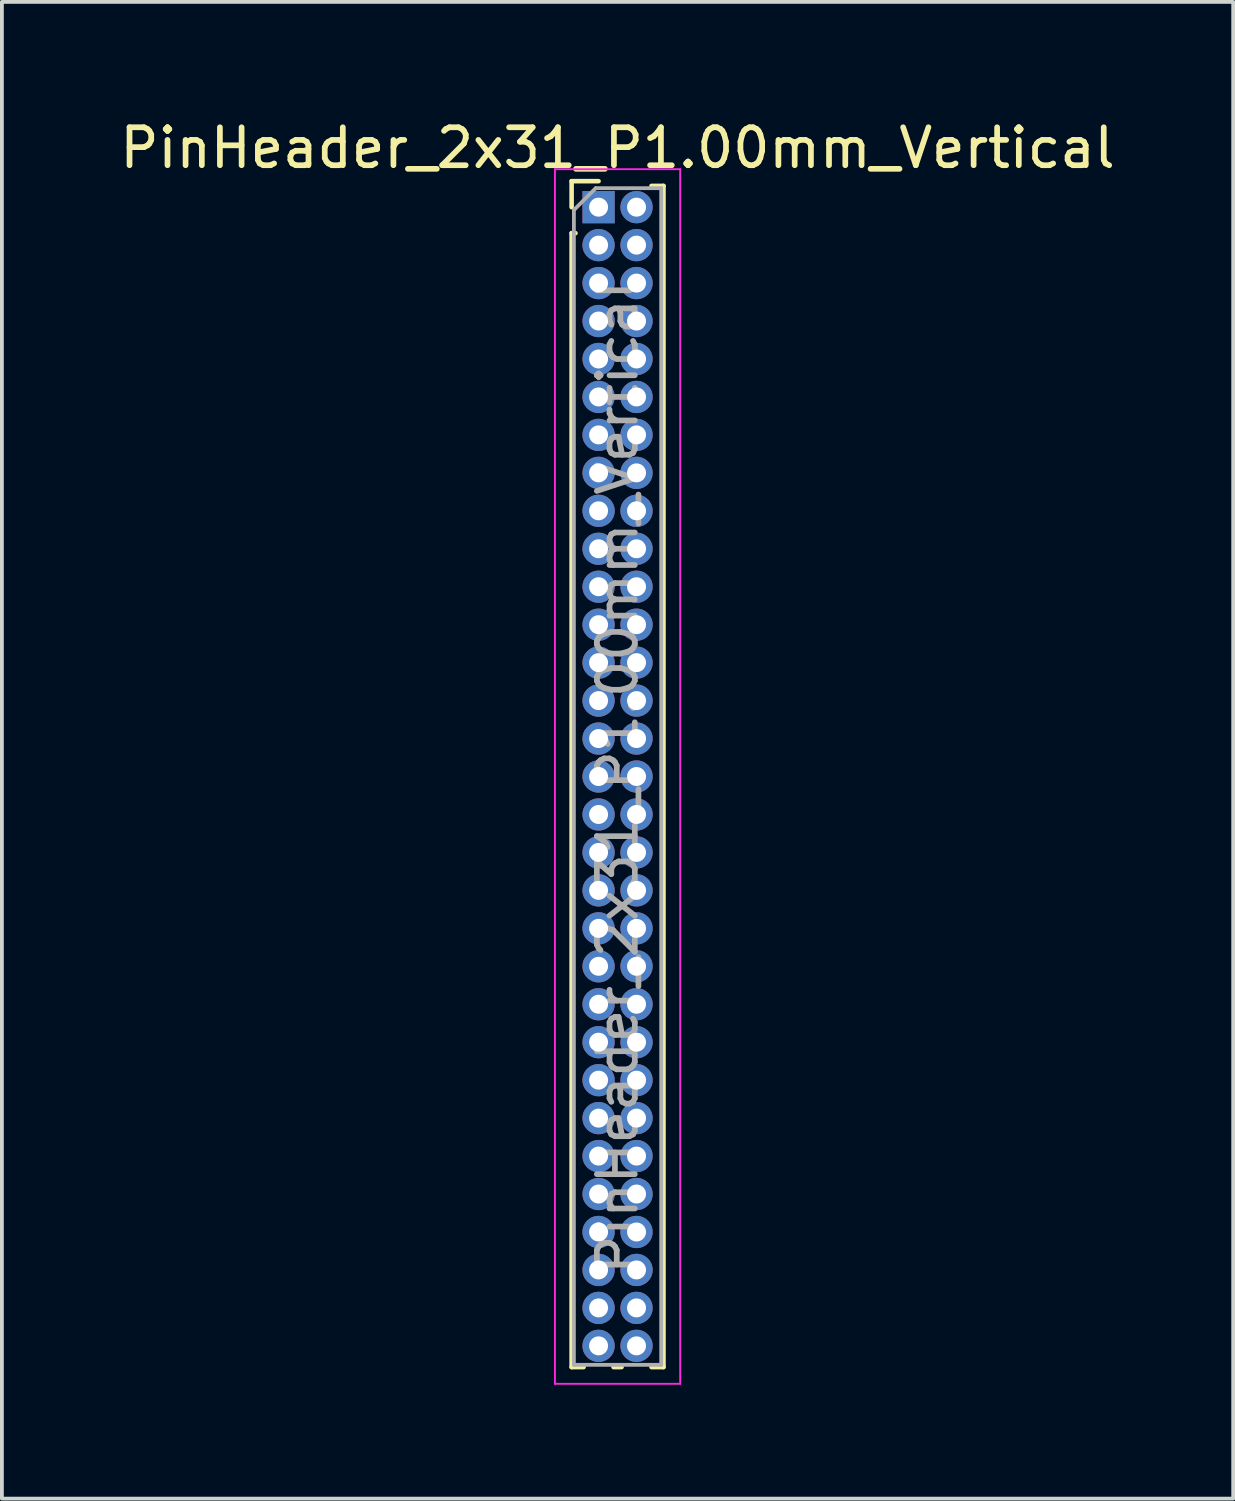
<source format=kicad_pcb>
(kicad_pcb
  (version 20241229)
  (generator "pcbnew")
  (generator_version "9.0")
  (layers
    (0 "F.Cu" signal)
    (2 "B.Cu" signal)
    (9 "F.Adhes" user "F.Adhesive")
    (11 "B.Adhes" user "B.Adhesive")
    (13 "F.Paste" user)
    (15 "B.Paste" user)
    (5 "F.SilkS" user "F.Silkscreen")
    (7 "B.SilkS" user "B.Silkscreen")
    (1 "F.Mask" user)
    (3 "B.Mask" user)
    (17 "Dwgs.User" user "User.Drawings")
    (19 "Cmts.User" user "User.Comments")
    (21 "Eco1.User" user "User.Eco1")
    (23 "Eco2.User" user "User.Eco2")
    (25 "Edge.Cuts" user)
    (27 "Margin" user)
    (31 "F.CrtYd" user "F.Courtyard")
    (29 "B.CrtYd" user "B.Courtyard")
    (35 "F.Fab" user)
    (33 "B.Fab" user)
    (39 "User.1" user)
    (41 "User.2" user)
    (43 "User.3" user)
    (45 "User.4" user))
  (footprint "PinHeader_2x31_P1.00mm_Vertical"
    (layer "F.Cu")
    (at 12.72 2.408)
    (property "Reference" "PinHeader_2x31_P1.00mm_Vertical" (at 0.5 -1.56 0) (layer "F.SilkS") (effects (font (size 1 1) (thickness 0.15))))
    (attr through_hole)
    (fp_line (start -0.71 -0.685) (end 0 -0.685) (stroke (width 0.12) (type solid)) (layer "F.SilkS"))
    (fp_line (start -0.71 0) (end -0.71 -0.685) (stroke (width 0.12) (type solid)) (layer "F.SilkS"))
    (fp_line (start -0.71 0.685) (end -0.71 30.56) (stroke (width 0.12) (type solid)) (layer "F.SilkS"))
    (fp_line (start -0.71 0.685) (end -0.608 0.685) (stroke (width 0.12) (type solid)) (layer "F.SilkS"))
    (fp_line (start -0.71 30.56) (end -0.394 30.56) (stroke (width 0.12) (type solid)) (layer "F.SilkS"))
    (fp_line (start 0.394 30.56) (end 0.606 30.56) (stroke (width 0.12) (type solid)) (layer "F.SilkS"))
    (fp_line (start 1.394 -0.56) (end 1.71 -0.56) (stroke (width 0.12) (type solid)) (layer "F.SilkS"))
    (fp_line (start 1.394 30.56) (end 1.71 30.56) (stroke (width 0.12) (type solid)) (layer "F.SilkS"))
    (fp_line (start 1.71 -0.56) (end 1.71 30.56) (stroke (width 0.12) (type solid)) (layer "F.SilkS"))
    (fp_line (start -1.15 -1) (end -1.15 31) (stroke (width 0.05) (type solid)) (layer "F.CrtYd"))
    (fp_line (start -1.15 31) (end 2.15 31) (stroke (width 0.05) (type solid)) (layer "F.CrtYd"))
    (fp_line (start 2.15 -1) (end -1.15 -1) (stroke (width 0.05) (type solid)) (layer "F.CrtYd"))
    (fp_line (start 2.15 31) (end 2.15 -1) (stroke (width 0.05) (type solid)) (layer "F.CrtYd"))
    (fp_line (start -0.65 0.075) (end -0.075 -0.5) (stroke (width 0.1) (type solid)) (layer "F.Fab"))
    (fp_line (start -0.65 30.5) (end -0.65 0.075) (stroke (width 0.1) (type solid)) (layer "F.Fab"))
    (fp_line (start -0.075 -0.5) (end 1.65 -0.5) (stroke (width 0.1) (type solid)) (layer "F.Fab"))
    (fp_line (start 1.65 -0.5) (end 1.65 30.5) (stroke (width 0.1) (type solid)) (layer "F.Fab"))
    (fp_line (start 1.65 30.5) (end -0.65 30.5) (stroke (width 0.1) (type solid)) (layer "F.Fab"))
    (fp_text user "${REFERENCE}" (at 0.5 15 90) (layer "F.Fab") (effects (font (size 1 1) (thickness 0.15))))
    (pad "1" thru_hole rect (at 0 0) (size 0.85 0.85) (drill 0.5) (layers "*.Cu" "*.Mask"))
    (pad "2" thru_hole oval (at 1 0) (size 0.85 0.85) (drill 0.5) (layers "*.Cu" "*.Mask"))
    (pad "3" thru_hole oval (at 0 1) (size 0.85 0.85) (drill 0.5) (layers "*.Cu" "*.Mask"))
    (pad "4" thru_hole oval (at 1 1) (size 0.85 0.85) (drill 0.5) (layers "*.Cu" "*.Mask"))
    (pad "5" thru_hole oval (at 0 2) (size 0.85 0.85) (drill 0.5) (layers "*.Cu" "*.Mask"))
    (pad "6" thru_hole oval (at 1 2) (size 0.85 0.85) (drill 0.5) (layers "*.Cu" "*.Mask"))
    (pad "7" thru_hole oval (at 0 3) (size 0.85 0.85) (drill 0.5) (layers "*.Cu" "*.Mask"))
    (pad "8" thru_hole oval (at 1 3) (size 0.85 0.85) (drill 0.5) (layers "*.Cu" "*.Mask"))
    (pad "9" thru_hole oval (at 0 4) (size 0.85 0.85) (drill 0.5) (layers "*.Cu" "*.Mask"))
    (pad "10" thru_hole oval (at 1 4) (size 0.85 0.85) (drill 0.5) (layers "*.Cu" "*.Mask"))
    (pad "11" thru_hole oval (at 0 5) (size 0.85 0.85) (drill 0.5) (layers "*.Cu" "*.Mask"))
    (pad "12" thru_hole oval (at 1 5) (size 0.85 0.85) (drill 0.5) (layers "*.Cu" "*.Mask"))
    (pad "13" thru_hole oval (at 0 6) (size 0.85 0.85) (drill 0.5) (layers "*.Cu" "*.Mask"))
    (pad "14" thru_hole oval (at 1 6) (size 0.85 0.85) (drill 0.5) (layers "*.Cu" "*.Mask"))
    (pad "15" thru_hole oval (at 0 7) (size 0.85 0.85) (drill 0.5) (layers "*.Cu" "*.Mask"))
    (pad "16" thru_hole oval (at 1 7) (size 0.85 0.85) (drill 0.5) (layers "*.Cu" "*.Mask"))
    (pad "17" thru_hole oval (at 0 8) (size 0.85 0.85) (drill 0.5) (layers "*.Cu" "*.Mask"))
    (pad "18" thru_hole oval (at 1 8) (size 0.85 0.85) (drill 0.5) (layers "*.Cu" "*.Mask"))
    (pad "19" thru_hole oval (at 0 9) (size 0.85 0.85) (drill 0.5) (layers "*.Cu" "*.Mask"))
    (pad "20" thru_hole oval (at 1 9) (size 0.85 0.85) (drill 0.5) (layers "*.Cu" "*.Mask"))
    (pad "21" thru_hole oval (at 0 10) (size 0.85 0.85) (drill 0.5) (layers "*.Cu" "*.Mask"))
    (pad "22" thru_hole oval (at 1 10) (size 0.85 0.85) (drill 0.5) (layers "*.Cu" "*.Mask"))
    (pad "23" thru_hole oval (at 0 11) (size 0.85 0.85) (drill 0.5) (layers "*.Cu" "*.Mask"))
    (pad "24" thru_hole oval (at 1 11) (size 0.85 0.85) (drill 0.5) (layers "*.Cu" "*.Mask"))
    (pad "25" thru_hole oval (at 0 12) (size 0.85 0.85) (drill 0.5) (layers "*.Cu" "*.Mask"))
    (pad "26" thru_hole oval (at 1 12) (size 0.85 0.85) (drill 0.5) (layers "*.Cu" "*.Mask"))
    (pad "27" thru_hole oval (at 0 13) (size 0.85 0.85) (drill 0.5) (layers "*.Cu" "*.Mask"))
    (pad "28" thru_hole oval (at 1 13) (size 0.85 0.85) (drill 0.5) (layers "*.Cu" "*.Mask"))
    (pad "29" thru_hole oval (at 0 14) (size 0.85 0.85) (drill 0.5) (layers "*.Cu" "*.Mask"))
    (pad "30" thru_hole oval (at 1 14) (size 0.85 0.85) (drill 0.5) (layers "*.Cu" "*.Mask"))
    (pad "31" thru_hole oval (at 0 15) (size 0.85 0.85) (drill 0.5) (layers "*.Cu" "*.Mask"))
    (pad "32" thru_hole oval (at 1 15) (size 0.85 0.85) (drill 0.5) (layers "*.Cu" "*.Mask"))
    (pad "33" thru_hole oval (at 0 16) (size 0.85 0.85) (drill 0.5) (layers "*.Cu" "*.Mask"))
    (pad "34" thru_hole oval (at 1 16) (size 0.85 0.85) (drill 0.5) (layers "*.Cu" "*.Mask"))
    (pad "35" thru_hole oval (at 0 17) (size 0.85 0.85) (drill 0.5) (layers "*.Cu" "*.Mask"))
    (pad "36" thru_hole oval (at 1 17) (size 0.85 0.85) (drill 0.5) (layers "*.Cu" "*.Mask"))
    (pad "37" thru_hole oval (at 0 18) (size 0.85 0.85) (drill 0.5) (layers "*.Cu" "*.Mask"))
    (pad "38" thru_hole oval (at 1 18) (size 0.85 0.85) (drill 0.5) (layers "*.Cu" "*.Mask"))
    (pad "39" thru_hole oval (at 0 19) (size 0.85 0.85) (drill 0.5) (layers "*.Cu" "*.Mask"))
    (pad "40" thru_hole oval (at 1 19) (size 0.85 0.85) (drill 0.5) (layers "*.Cu" "*.Mask"))
    (pad "41" thru_hole oval (at 0 20) (size 0.85 0.85) (drill 0.5) (layers "*.Cu" "*.Mask"))
    (pad "42" thru_hole oval (at 1 20) (size 0.85 0.85) (drill 0.5) (layers "*.Cu" "*.Mask"))
    (pad "43" thru_hole oval (at 0 21) (size 0.85 0.85) (drill 0.5) (layers "*.Cu" "*.Mask"))
    (pad "44" thru_hole oval (at 1 21) (size 0.85 0.85) (drill 0.5) (layers "*.Cu" "*.Mask"))
    (pad "45" thru_hole oval (at 0 22) (size 0.85 0.85) (drill 0.5) (layers "*.Cu" "*.Mask"))
    (pad "46" thru_hole oval (at 1 22) (size 0.85 0.85) (drill 0.5) (layers "*.Cu" "*.Mask"))
    (pad "47" thru_hole oval (at 0 23) (size 0.85 0.85) (drill 0.5) (layers "*.Cu" "*.Mask"))
    (pad "48" thru_hole oval (at 1 23) (size 0.85 0.85) (drill 0.5) (layers "*.Cu" "*.Mask"))
    (pad "49" thru_hole oval (at 0 24) (size 0.85 0.85) (drill 0.5) (layers "*.Cu" "*.Mask"))
    (pad "50" thru_hole oval (at 1 24) (size 0.85 0.85) (drill 0.5) (layers "*.Cu" "*.Mask"))
    (pad "51" thru_hole oval (at 0 25) (size 0.85 0.85) (drill 0.5) (layers "*.Cu" "*.Mask"))
    (pad "52" thru_hole oval (at 1 25) (size 0.85 0.85) (drill 0.5) (layers "*.Cu" "*.Mask"))
    (pad "53" thru_hole oval (at 0 26) (size 0.85 0.85) (drill 0.5) (layers "*.Cu" "*.Mask"))
    (pad "54" thru_hole oval (at 1 26) (size 0.85 0.85) (drill 0.5) (layers "*.Cu" "*.Mask"))
    (pad "55" thru_hole oval (at 0 27) (size 0.85 0.85) (drill 0.5) (layers "*.Cu" "*.Mask"))
    (pad "56" thru_hole oval (at 1 27) (size 0.85 0.85) (drill 0.5) (layers "*.Cu" "*.Mask"))
    (pad "57" thru_hole oval (at 0 28) (size 0.85 0.85) (drill 0.5) (layers "*.Cu" "*.Mask"))
    (pad "58" thru_hole oval (at 1 28) (size 0.85 0.85) (drill 0.5) (layers "*.Cu" "*.Mask"))
    (pad "59" thru_hole oval (at 0 29) (size 0.85 0.85) (drill 0.5) (layers "*.Cu" "*.Mask"))
    (pad "60" thru_hole oval (at 1 29) (size 0.85 0.85) (drill 0.5) (layers "*.Cu" "*.Mask"))
    (pad "61" thru_hole oval (at 0 30) (size 0.85 0.85) (drill 0.5) (layers "*.Cu" "*.Mask"))
    (pad "62" thru_hole oval (at 1 30) (size 0.85 0.85) (drill 0.5) (layers "*.Cu" "*.Mask")))
  (gr_rect
    (start -3 -3)
    (end 29.44 36.433)
    (stroke (width 0.1) (type default))
    (fill no)
    (layer "Edge.Cuts")))
</source>
